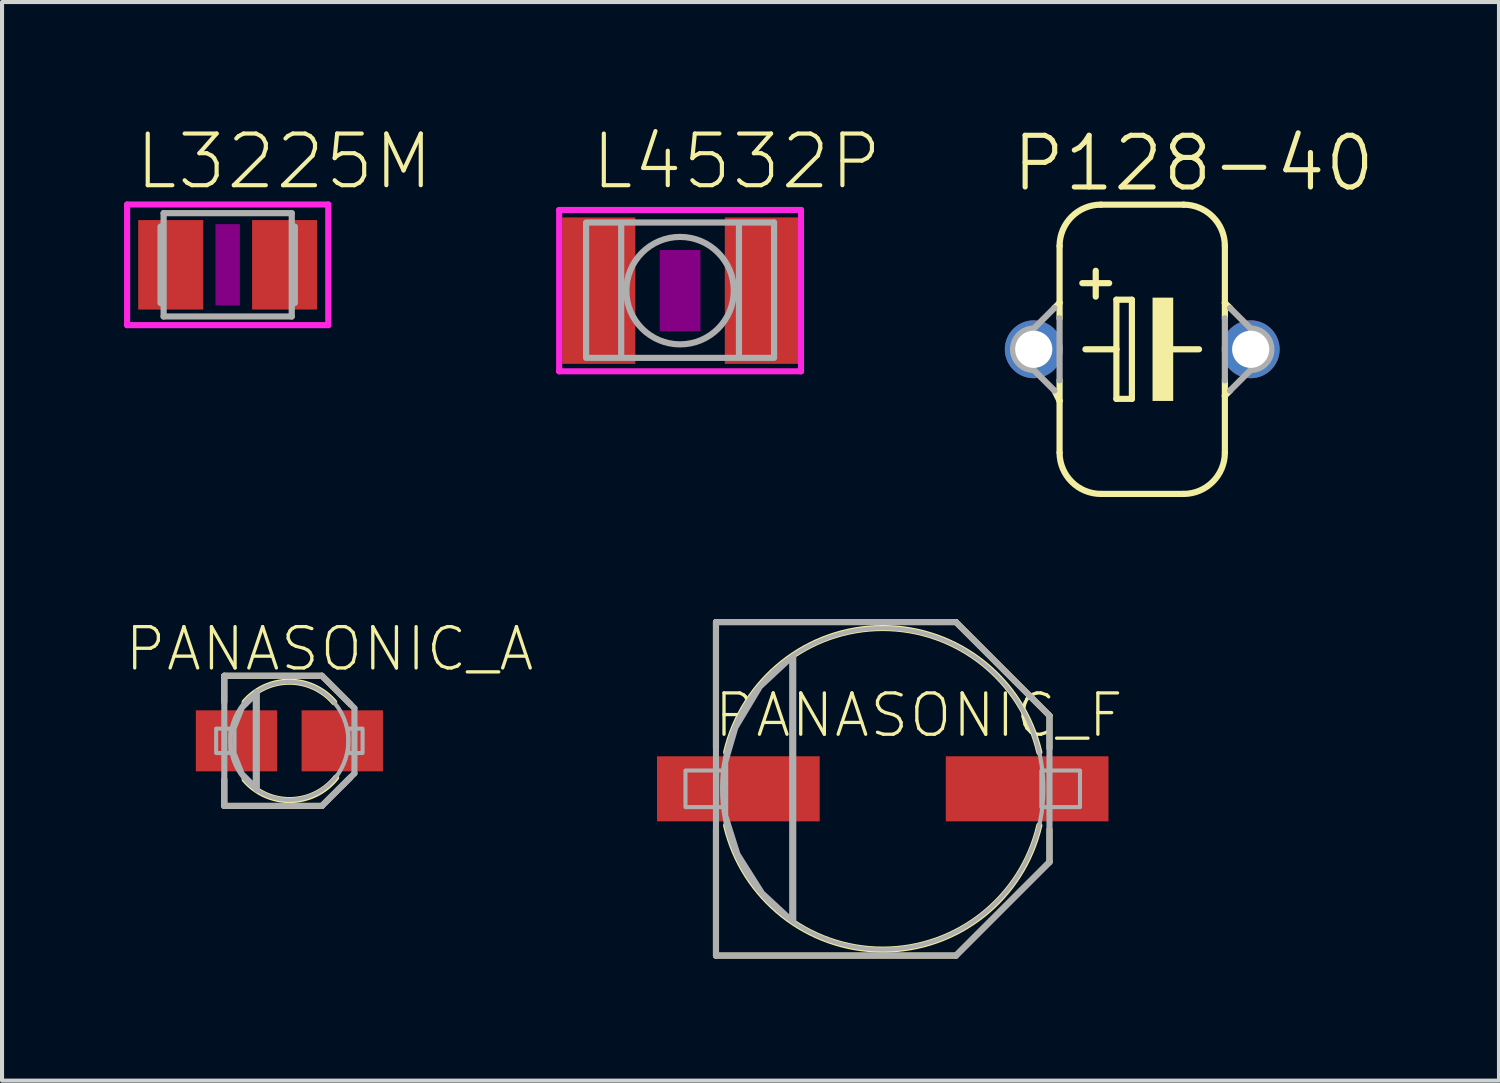
<source format=kicad_pcb>
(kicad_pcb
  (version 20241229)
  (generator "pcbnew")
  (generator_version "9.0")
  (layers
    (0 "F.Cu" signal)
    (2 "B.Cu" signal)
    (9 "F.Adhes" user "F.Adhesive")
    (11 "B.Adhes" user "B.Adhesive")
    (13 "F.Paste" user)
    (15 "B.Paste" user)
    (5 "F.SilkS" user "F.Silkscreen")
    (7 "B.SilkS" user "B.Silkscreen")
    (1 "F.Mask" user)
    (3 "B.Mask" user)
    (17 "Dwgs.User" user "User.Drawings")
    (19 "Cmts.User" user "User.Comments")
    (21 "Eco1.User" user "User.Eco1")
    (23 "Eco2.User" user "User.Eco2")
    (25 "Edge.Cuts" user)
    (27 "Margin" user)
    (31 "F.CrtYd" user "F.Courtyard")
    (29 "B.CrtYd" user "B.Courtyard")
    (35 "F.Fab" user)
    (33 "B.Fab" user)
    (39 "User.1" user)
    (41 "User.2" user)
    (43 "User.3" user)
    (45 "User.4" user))
  (footprint "L3225M"
    (layer "F.Cu")
    (at 2.548 3.461)
    (property "Reference" "L3225M" (at 1.391 -2.54 0) (layer "F.SilkS") (effects (font (size 1.27 1.27) (thickness 0.102))))
    (attr through_hole)
    (fp_poly (pts (xy -0.3 -1) (xy 0.3 -1) (xy 0.3 1) (xy -0.3 1)) (stroke (width 0) (type solid)) (fill yes) (layer "F.Adhes"))
    (fp_line (start -2.473 -1.483) (end 2.473 -1.483) (stroke (width 0.15) (type solid)) (layer "F.CrtYd"))
    (fp_line (start -2.473 1.483) (end -2.473 -1.483) (stroke (width 0.15) (type solid)) (layer "F.CrtYd"))
    (fp_line (start 2.473 -1.483) (end 2.473 1.483) (stroke (width 0.15) (type solid)) (layer "F.CrtYd"))
    (fp_line (start 2.473 1.483) (end -2.473 1.483) (stroke (width 0.15) (type solid)) (layer "F.CrtYd"))
    (fp_line (start -1.651 -0.94) (end -1.651 0.94) (stroke (width 0.152) (type solid)) (layer "F.Fab"))
    (fp_line (start -1.575 -1.27) (end 1.575 -1.27) (stroke (width 0.152) (type solid)) (layer "F.Fab"))
    (fp_line (start -1.575 1.27) (end -1.575 -1.27) (stroke (width 0.152) (type solid)) (layer "F.Fab"))
    (fp_line (start 1.575 -1.27) (end 1.575 1.27) (stroke (width 0.152) (type solid)) (layer "F.Fab"))
    (fp_line (start 1.575 1.27) (end -1.575 1.27) (stroke (width 0.152) (type solid)) (layer "F.Fab"))
    (fp_line (start 1.651 -0.94) (end 1.651 0.94) (stroke (width 0.152) (type solid)) (layer "F.Fab"))
    (pad "1" smd rect (at -1.4 0) (size 1.6 2.2) (layers "F.Cu" "F.Mask" "F.Paste"))
    (pad "2" smd rect (at 1.4 0) (size 1.6 2.2) (layers "F.Cu" "F.Mask" "F.Paste")))
  (footprint "L4532P"
    (layer "F.Cu")
    (at 13.671 4.096)
    (property "Reference" "L4532P" (at 1.391 -3.175 0) (layer "F.SilkS") (effects (font (size 1.27 1.27) (thickness 0.102))))
    (attr through_hole)
    (fp_poly (pts (xy -0.5 -1) (xy 0.5 -1) (xy 0.5 1) (xy -0.5 1)) (stroke (width 0) (type solid)) (fill yes) (layer "F.Adhes"))
    (fp_line (start -2.973 -1.983) (end 2.973 -1.983) (stroke (width 0.15) (type solid)) (layer "F.CrtYd"))
    (fp_line (start -2.973 1.983) (end -2.973 -1.983) (stroke (width 0.15) (type solid)) (layer "F.CrtYd"))
    (fp_line (start 2.973 -1.983) (end 2.973 1.983) (stroke (width 0.15) (type solid)) (layer "F.CrtYd"))
    (fp_line (start 2.973 1.983) (end -2.973 1.983) (stroke (width 0.15) (type solid)) (layer "F.CrtYd"))
    (fp_line (start -2.311 -1.675) (end 2.311 -1.675) (stroke (width 0.152) (type solid)) (layer "F.Fab"))
    (fp_line (start -2.311 -1.626) (end -2.311 1.626) (stroke (width 0.152) (type solid)) (layer "F.Fab"))
    (fp_line (start -2.311 1.653) (end 2.311 1.653) (stroke (width 0.152) (type solid)) (layer "F.Fab"))
    (fp_line (start -1.448 -1.651) (end -1.448 1.626) (stroke (width 0.152) (type solid)) (layer "F.Fab"))
    (fp_line (start 1.448 -1.626) (end 1.448 1.626) (stroke (width 0.152) (type solid)) (layer "F.Fab"))
    (fp_line (start 2.311 -1.675) (end 2.311 1.626) (stroke (width 0.152) (type solid)) (layer "F.Fab"))
    (fp_circle (center 0 0) (end 1.321 0) (stroke (width 0.152) (type solid)) (fill no) (layer "F.Fab"))
    (pad "1" smd rect (at -2 0) (size 1.8 3.6) (layers "F.Cu" "F.Mask" "F.Paste"))
    (pad "2" smd rect (at 2 0) (size 1.8 3.6) (layers "F.Cu" "F.Mask" "F.Paste")))
  (footprint "PANASONIC_F"
    (layer "F.Cu")
    (at 18.654 16.345)
    (property "Reference" "PANASONIC_F" (at 0.887 -1.808 0) (layer "F.SilkS") (effects (font (size 1.016 1.016) (thickness 0.081))))
    (attr through_hole)
    (fp_line (start -4.1 -4.1) (end 1.8 -4.1) (stroke (width 0.15) (type solid)) (layer "F.SilkS"))
    (fp_line (start -4.1 -1) (end -4.1 -4.1) (stroke (width 0.15) (type solid)) (layer "F.SilkS"))
    (fp_line (start -4.1 4.1) (end -4.1 1) (stroke (width 0.15) (type solid)) (layer "F.SilkS"))
    (fp_line (start 1.8 -4.1) (end 4.1 -1.8) (stroke (width 0.15) (type solid)) (layer "F.SilkS"))
    (fp_line (start 1.8 4.1) (end -4.1 4.1) (stroke (width 0.15) (type solid)) (layer "F.SilkS"))
    (fp_line (start 4.1 -1.8) (end 4.1 -1) (stroke (width 0.15) (type solid)) (layer "F.SilkS"))
    (fp_line (start 4.1 1) (end 4.1 1.8) (stroke (width 0.15) (type solid)) (layer "F.SilkS"))
    (fp_line (start 4.1 1.8) (end 1.8 4.1) (stroke (width 0.15) (type solid)) (layer "F.SilkS"))
    (fp_arc (start -3.85 -0.9) (mid 0 -3.953796) (end 3.85 -0.900001) (stroke (width 0.15) (type solid)) (layer "F.SilkS"))
    (fp_arc (start 3.85 0.900001) (mid 0 3.953796) (end -3.85 0.9) (stroke (width 0.15) (type solid)) (layer "F.SilkS"))
    (fp_line (start -4.1 -4.1) (end 1.8 -4.1) (stroke (width 0.15) (type solid)) (layer "F.Fab"))
    (fp_line (start -4.1 4.1) (end -4.1 -4.1) (stroke (width 0.15) (type solid)) (layer "F.Fab"))
    (fp_line (start -2.2 -3.25) (end -2.2 3.25) (stroke (width 0.15) (type solid)) (layer "F.Fab"))
    (fp_line (start 1.8 -4.1) (end 4.1 -1.8) (stroke (width 0.15) (type solid)) (layer "F.Fab"))
    (fp_line (start 1.8 4.1) (end -4.1 4.1) (stroke (width 0.15) (type solid)) (layer "F.Fab"))
    (fp_line (start 4.1 -1.8) (end 4.1 1.8) (stroke (width 0.15) (type solid)) (layer "F.Fab"))
    (fp_line (start 4.1 1.8) (end 1.8 4.1) (stroke (width 0.15) (type solid)) (layer "F.Fab"))
    (fp_circle (center 0 0) (end 3.95 0) (stroke (width 0.102) (type solid)) (fill no) (layer "F.Fab"))
    (fp_circle (center 0 0) (end 4 0) (stroke (width 0.001) (type solid)) (fill no) (layer "F.Fab"))
    (fp_poly (pts (xy -4.85 -0.45) (xy -3.9 -0.45) (xy -3.9 0.45) (xy -4.85 0.45)) (stroke (width 0.1) (type solid)) (fill no) (layer "F.Fab"))
    (fp_poly (pts (xy 3.9 -0.45) (xy 4.85 -0.45) (xy 4.85 0.45) (xy 3.9 0.45)) (stroke (width 0.1) (type solid)) (fill no) (layer "F.Fab"))
    (fp_poly (pts (xy -2.25 -3.2) (xy -3 -2.5) (xy -3.6 -1.5) (xy -3.85 -0.65) (xy -3.85 0.65) (xy -3.55 1.6) (xy -2.95 2.55) (xy -2.25 3.2) (xy -2.25 -3.15)) (stroke (width 0.102) (type solid)) (fill no) (layer "F.Fab"))
    (pad "+" smd rect (at 3.55 0) (size 4 1.6) (layers "F.Cu" "F.Mask" "F.Paste"))
    (pad "-" smd rect (at -3.55 0) (size 4 1.6) (layers "F.Cu" "F.Mask" "F.Paste")))
  (footprint "P128-40"
    (layer "F.Cu")
    (at 25.034 5.538)
    (property "Reference" "P128-40" (at 1.264 -4.572 0) (layer "F.SilkS") (effects (font (size 1.27 1.27) (thickness 0.127))))
    (attr through_hole)
    (fp_line (start -2.159 -1.016) (end -2.032 -1.143) (stroke (width 0.152) (type solid)) (layer "F.SilkS"))
    (fp_line (start -2.032 -2.54) (end -2.032 -1.143) (stroke (width 0.152) (type solid)) (layer "F.SilkS"))
    (fp_line (start -2.032 -1.143) (end -2.032 -0.762) (stroke (width 0.152) (type solid)) (layer "F.SilkS"))
    (fp_line (start -2.032 0.762) (end -2.032 1.27) (stroke (width 0.152) (type solid)) (layer "F.SilkS"))
    (fp_line (start -2.032 1.27) (end -2.159 1.016) (stroke (width 0.152) (type solid)) (layer "F.SilkS"))
    (fp_line (start -2.032 1.27) (end -2.032 2.54) (stroke (width 0.152) (type solid)) (layer "F.SilkS"))
    (fp_line (start -1.397 0) (end -0.635 0) (stroke (width 0.152) (type solid)) (layer "F.SilkS"))
    (fp_line (start -1.143 -1.93) (end -1.143 -1.295) (stroke (width 0.152) (type solid)) (layer "F.SilkS"))
    (fp_line (start -1.016 3.556) (end 1.016 3.556) (stroke (width 0.152) (type solid)) (layer "F.SilkS"))
    (fp_line (start -0.813 -1.626) (end -1.473 -1.626) (stroke (width 0.152) (type solid)) (layer "F.SilkS"))
    (fp_line (start -0.635 -1.219) (end -0.635 0) (stroke (width 0.152) (type solid)) (layer "F.SilkS"))
    (fp_line (start -0.635 0) (end -0.635 1.219) (stroke (width 0.152) (type solid)) (layer "F.SilkS"))
    (fp_line (start -0.635 1.219) (end -0.254 1.219) (stroke (width 0.152) (type solid)) (layer "F.SilkS"))
    (fp_line (start -0.254 -1.219) (end -0.635 -1.219) (stroke (width 0.152) (type solid)) (layer "F.SilkS"))
    (fp_line (start -0.254 1.219) (end -0.254 -1.219) (stroke (width 0.152) (type solid)) (layer "F.SilkS"))
    (fp_line (start 0.635 0) (end 1.397 0) (stroke (width 0.152) (type solid)) (layer "F.SilkS"))
    (fp_line (start 1.016 -3.556) (end -1.016 -3.556) (stroke (width 0.152) (type solid)) (layer "F.SilkS"))
    (fp_line (start 2.032 -2.54) (end 2.032 -1.143) (stroke (width 0.152) (type solid)) (layer "F.SilkS"))
    (fp_line (start 2.032 -1.143) (end 2.032 -0.762) (stroke (width 0.152) (type solid)) (layer "F.SilkS"))
    (fp_line (start 2.032 0.762) (end 2.032 1.143) (stroke (width 0.152) (type solid)) (layer "F.SilkS"))
    (fp_line (start 2.032 1.143) (end 2.032 2.54) (stroke (width 0.152) (type solid)) (layer "F.SilkS"))
    (fp_line (start 2.032 1.143) (end 2.159 1.016) (stroke (width 0.152) (type solid)) (layer "F.SilkS"))
    (fp_line (start 2.159 -1.016) (end 2.032 -1.143) (stroke (width 0.152) (type solid)) (layer "F.SilkS"))
    (fp_arc (start -2.032 -2.54) (mid -1.73442 -3.25842) (end -1.016 -3.556) (stroke (width 0.1524) (type solid)) (layer "F.SilkS"))
    (fp_arc (start -1.016 3.556) (mid -1.73442 3.25842) (end -2.032 2.54) (stroke (width 0.1524) (type solid)) (layer "F.SilkS"))
    (fp_arc (start 1.016 -3.556) (mid 1.73442 -3.25842) (end 2.032 -2.54) (stroke (width 0.1524) (type solid)) (layer "F.SilkS"))
    (fp_arc (start 2.032 2.54) (mid 1.73442 3.25842) (end 1.016 3.556) (stroke (width 0.1524) (type solid)) (layer "F.SilkS"))
    (fp_poly (pts (xy 0.254 -1.27) (xy 0.762 -1.27) (xy 0.762 1.27) (xy 0.254 1.27)) (stroke (width 0) (type solid)) (fill yes) (layer "F.SilkS"))
    (fp_line (start -2.667 -0.508) (end -2.159 -1.016) (stroke (width 0.152) (type solid)) (layer "F.Fab"))
    (fp_line (start -2.159 1.016) (end -2.667 0.508) (stroke (width 0.152) (type solid)) (layer "F.Fab"))
    (fp_line (start -2.032 -0.762) (end -2.032 0.762) (stroke (width 0.152) (type solid)) (layer "F.Fab"))
    (fp_line (start 2.032 -0.762) (end 2.032 0.762) (stroke (width 0.152) (type solid)) (layer "F.Fab"))
    (fp_line (start 2.159 1.016) (end 2.667 0.508) (stroke (width 0.152) (type solid)) (layer "F.Fab"))
    (fp_line (start 2.667 -0.508) (end 2.159 -1.016) (stroke (width 0.152) (type solid)) (layer "F.Fab"))
    (fp_arc (start -2.667 0.508) (mid -3.175 0) (end -2.667 -0.508) (stroke (width 0.1524) (type solid)) (layer "F.Fab"))
    (fp_arc (start 2.667 -0.508) (mid 3.175 0) (end 2.667 0.508) (stroke (width 0.1524) (type solid)) (layer "F.Fab"))
    (pad "+" thru_hole circle (at -2.667 0) (size 1.422 1.422) (drill 0.914) (layers "*.Cu" "*.Mask"))
    (pad "-" thru_hole circle (at 2.667 0) (size 1.422 1.422) (drill 0.914) (layers "*.Cu" "*.Mask")))
  (footprint "PANASONIC_A"
    (layer "F.Cu")
    (at 4.065 15.165)
    (property "Reference" "PANASONIC_A" (at 0.987 -2.258 0) (layer "F.SilkS") (effects (font (size 1.016 1.016) (thickness 0.081))))
    (attr through_hole)
    (fp_line (start -1.6 -1.6) (end 0.8 -1.6) (stroke (width 0.15) (type solid)) (layer "F.SilkS"))
    (fp_line (start -1.6 -0.95) (end -1.6 -1.6) (stroke (width 0.15) (type solid)) (layer "F.SilkS"))
    (fp_line (start -1.6 1.6) (end -1.6 0.95) (stroke (width 0.15) (type solid)) (layer "F.SilkS"))
    (fp_line (start 0.8 -1.6) (end 1.5 -0.9) (stroke (width 0.15) (type solid)) (layer "F.SilkS"))
    (fp_line (start 0.8 1.6) (end -1.6 1.6) (stroke (width 0.15) (type solid)) (layer "F.SilkS"))
    (fp_line (start 1.5 0.9) (end 0.8 1.6) (stroke (width 0.15) (type solid)) (layer "F.SilkS"))
    (fp_arc (start -1.1 -0.95) (mid 0 -1.453444) (end 1.1 -0.95) (stroke (width 0.15) (type solid)) (layer "F.SilkS"))
    (fp_arc (start 1.15 0.899999) (mid 0.03681 1.456451) (end -1.1 0.95) (stroke (width 0.15) (type solid)) (layer "F.SilkS"))
    (fp_line (start -1.6 -1.6) (end 0.8 -1.6) (stroke (width 0.15) (type solid)) (layer "F.Fab"))
    (fp_line (start -1.6 1.6) (end -1.6 -1.6) (stroke (width 0.15) (type solid)) (layer "F.Fab"))
    (fp_line (start -0.8 -1.2) (end -0.8 1.2) (stroke (width 0.15) (type solid)) (layer "F.Fab"))
    (fp_line (start 0.8 -1.6) (end 1.6 -0.8) (stroke (width 0.15) (type solid)) (layer "F.Fab"))
    (fp_line (start 0.8 1.6) (end -1.6 1.6) (stroke (width 0.15) (type solid)) (layer "F.Fab"))
    (fp_line (start 1.6 -0.8) (end 1.6 0.8) (stroke (width 0.15) (type solid)) (layer "F.Fab"))
    (fp_line (start 1.6 0.8) (end 0.8 1.6) (stroke (width 0.15) (type solid)) (layer "F.Fab"))
    (fp_circle (center 0 0) (end 1.45 0) (stroke (width 0.102) (type solid)) (fill no) (layer "F.Fab"))
    (fp_poly (pts (xy -1.8 -0.3) (xy -1.45 -0.3) (xy -1.45 0.3) (xy -1.8 0.3)) (stroke (width 0.1) (type solid)) (fill no) (layer "F.Fab"))
    (fp_poly (pts (xy 1.45 -0.3) (xy 1.8 -0.3) (xy 1.8 0.3) (xy 1.45 0.3)) (stroke (width 0.1) (type solid)) (fill no) (layer "F.Fab"))
    (fp_poly (pts (xy -0.85 -1.1) (xy -1.15 -0.8) (xy -1.35 -0.3) (xy -1.35 0.3) (xy -1.15 0.8) (xy -0.85 1.1) (xy -0.85 -1.05)) (stroke (width 0.102) (type solid)) (fill no) (layer "F.Fab"))
    (pad "+" smd rect (at 1.3 0) (size 2 1.5) (layers "F.Cu" "F.Mask" "F.Paste"))
    (pad "-" smd rect (at -1.3 0) (size 2 1.5) (layers "F.Cu" "F.Mask" "F.Paste")))
  (gr_rect
    (start -3 -3)
    (end 33.806 23.52)
    (stroke (width 0.1) (type default))
    (fill no)
    (layer "Edge.Cuts")))
</source>
